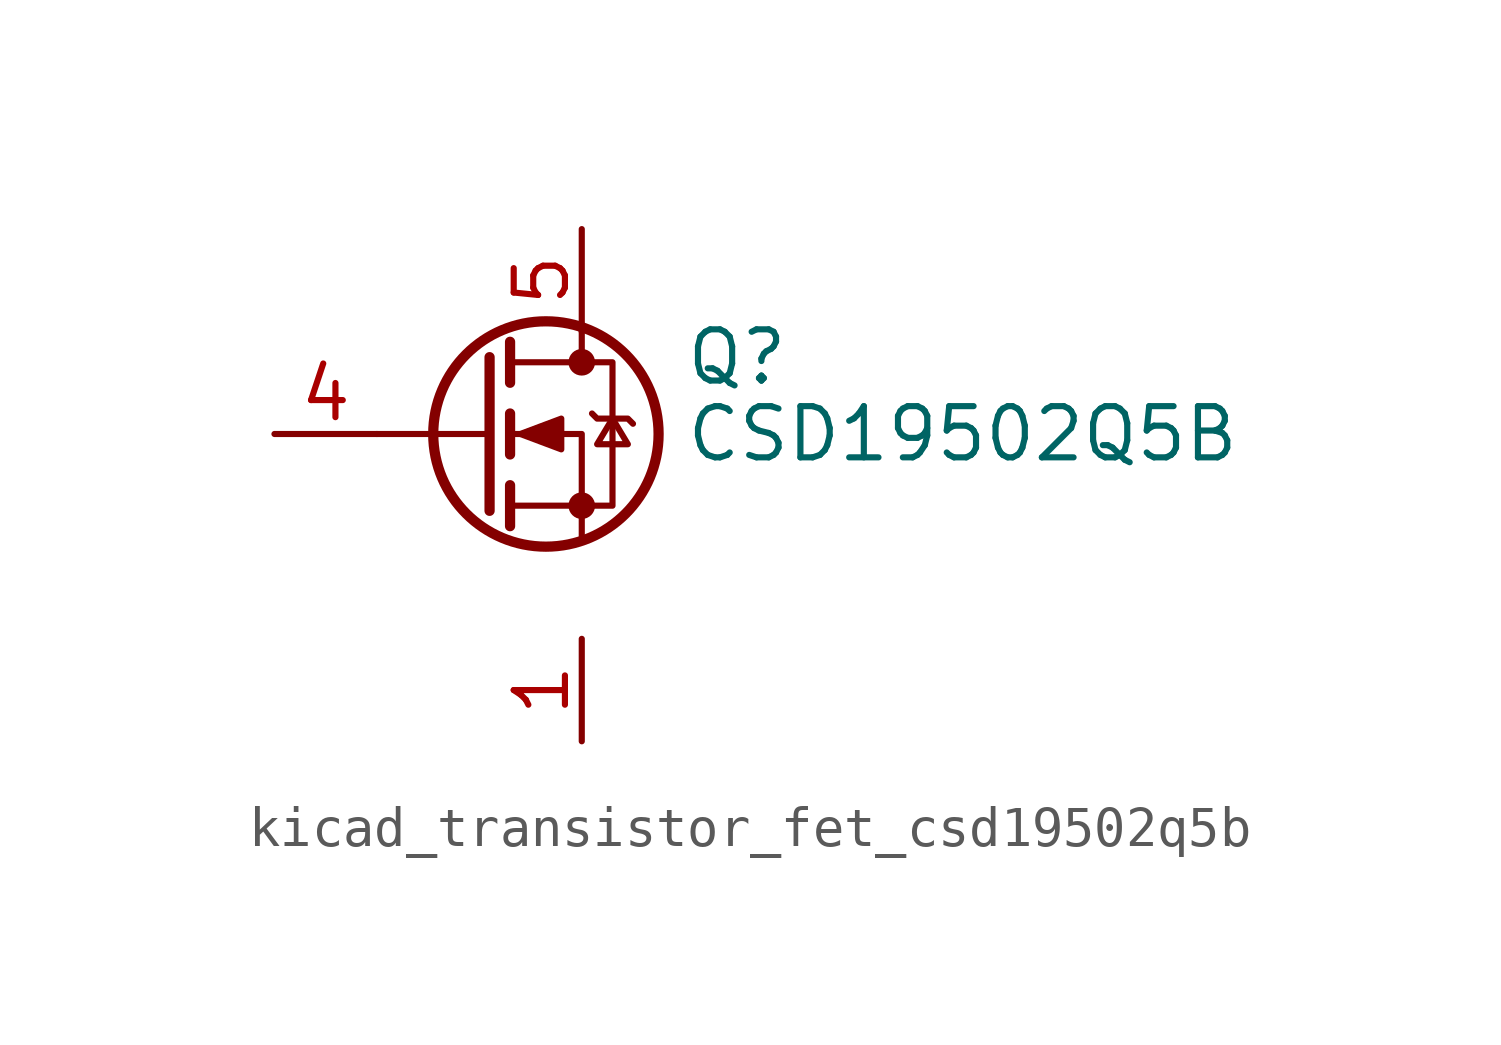
<source format=kicad_sym>
(kicad_symbol_lib
  (version 20220914)
  (generator kicad_symbol_editor)
  (symbol "kicad_transistor_fet_csd19502q5b"
    (pin_names hide)
    (property "Reference" "Q"
      (at 5.08 1.905 0)
      (effects (font (size 1.27 1.27)) (justify left)))
    (property "Value" "CSD19502Q5B"
      (at 5.08 0 0)
      (effects (font (size 1.27 1.27)) (justify left)))
    (symbol "kicad_transistor_fet_csd19502q5b_0_1"
      (polyline (pts (xy 0.254 0) (xy -2.54 0)) (stroke (width 0) (type default)) (fill (type none)))
      (polyline (pts (xy 0.254 1.905) (xy 0.254 -1.905)) (stroke (width 0.254) (type default)) (fill (type none)))
      (polyline (pts (xy 0.762 -1.27) (xy 0.762 -2.286)) (stroke (width 0.254) (type default)) (fill (type none)))
      (polyline (pts (xy 0.762 0.508) (xy 0.762 -0.508)) (stroke (width 0.254) (type default)) (fill (type none)))
      (polyline (pts (xy 0.762 2.286) (xy 0.762 1.27)) (stroke (width 0.254) (type default)) (fill (type none)))
      (polyline (pts (xy 2.54 2.54) (xy 2.54 1.778)) (stroke (width 0) (type default)) (fill (type none)))
      (polyline (pts (xy 2.54 -2.54) (xy 2.54 0) (xy 0.762 0)) (stroke (width 0) (type default)) (fill (type none)))
      (polyline (pts (xy 0.762 -1.778) (xy 3.302 -1.778) (xy 3.302 1.778) (xy 0.762 1.778)) (stroke (width 0) (type default)) (fill (type none)))
      (polyline (pts (xy 1.016 0) (xy 2.032 0.381) (xy 2.032 -0.381) (xy 1.016 0)) (stroke (width 0) (type default)) (fill (type outline)))
      (polyline (pts (xy 2.794 0.508) (xy 2.921 0.381) (xy 3.683 0.381) (xy 3.81 0.254)) (stroke (width 0) (type default)) (fill (type none)))
      (polyline (pts (xy 3.302 0.381) (xy 2.921 -0.254) (xy 3.683 -0.254) (xy 3.302 0.381)) (stroke (width 0) (type default)) (fill (type none)))
      (circle (center 1.651 0) (radius 2.794) (stroke (width 0.254) (type default)) (fill (type none)))
      (circle (center 2.54 -1.778) (radius 0.254) (stroke (width 0) (type default)) (fill (type outline)))
      (circle (center 2.54 1.778) (radius 0.254) (stroke (width 0) (type default)) (fill (type outline))))
    (symbol "kicad_transistor_fet_csd19502q5b_1_1"
      (pin passive line (at 2.54 -5.08 270) (length 2.54) (name "S" (effects (font (size 1.27 1.27)))) (number "1" (effects (font (size 1.27 1.27)))))
      (pin passive line (at 2.54 -5.08 270) (length 2.54) hide (name "S" (effects (font (size 1.27 1.27)))) (number "2" (effects (font (size 1.27 1.27)))))
      (pin passive line (at 2.54 -5.08 90) (length 2.54) hide (name "S" (effects (font (size 1.27 1.27)))) (number "3" (effects (font (size 1.27 1.27)))))
      (pin passive line (at -5.08 0 0) (length 2.54) (name "G" (effects (font (size 1.27 1.27)))) (number "4" (effects (font (size 1.27 1.27)))))
      (pin passive line (at 2.54 5.08 270) (length 2.54) (name "D" (effects (font (size 1.27 1.27)))) (number "5" (effects (font (size 1.27 1.27))))))))
</source>
